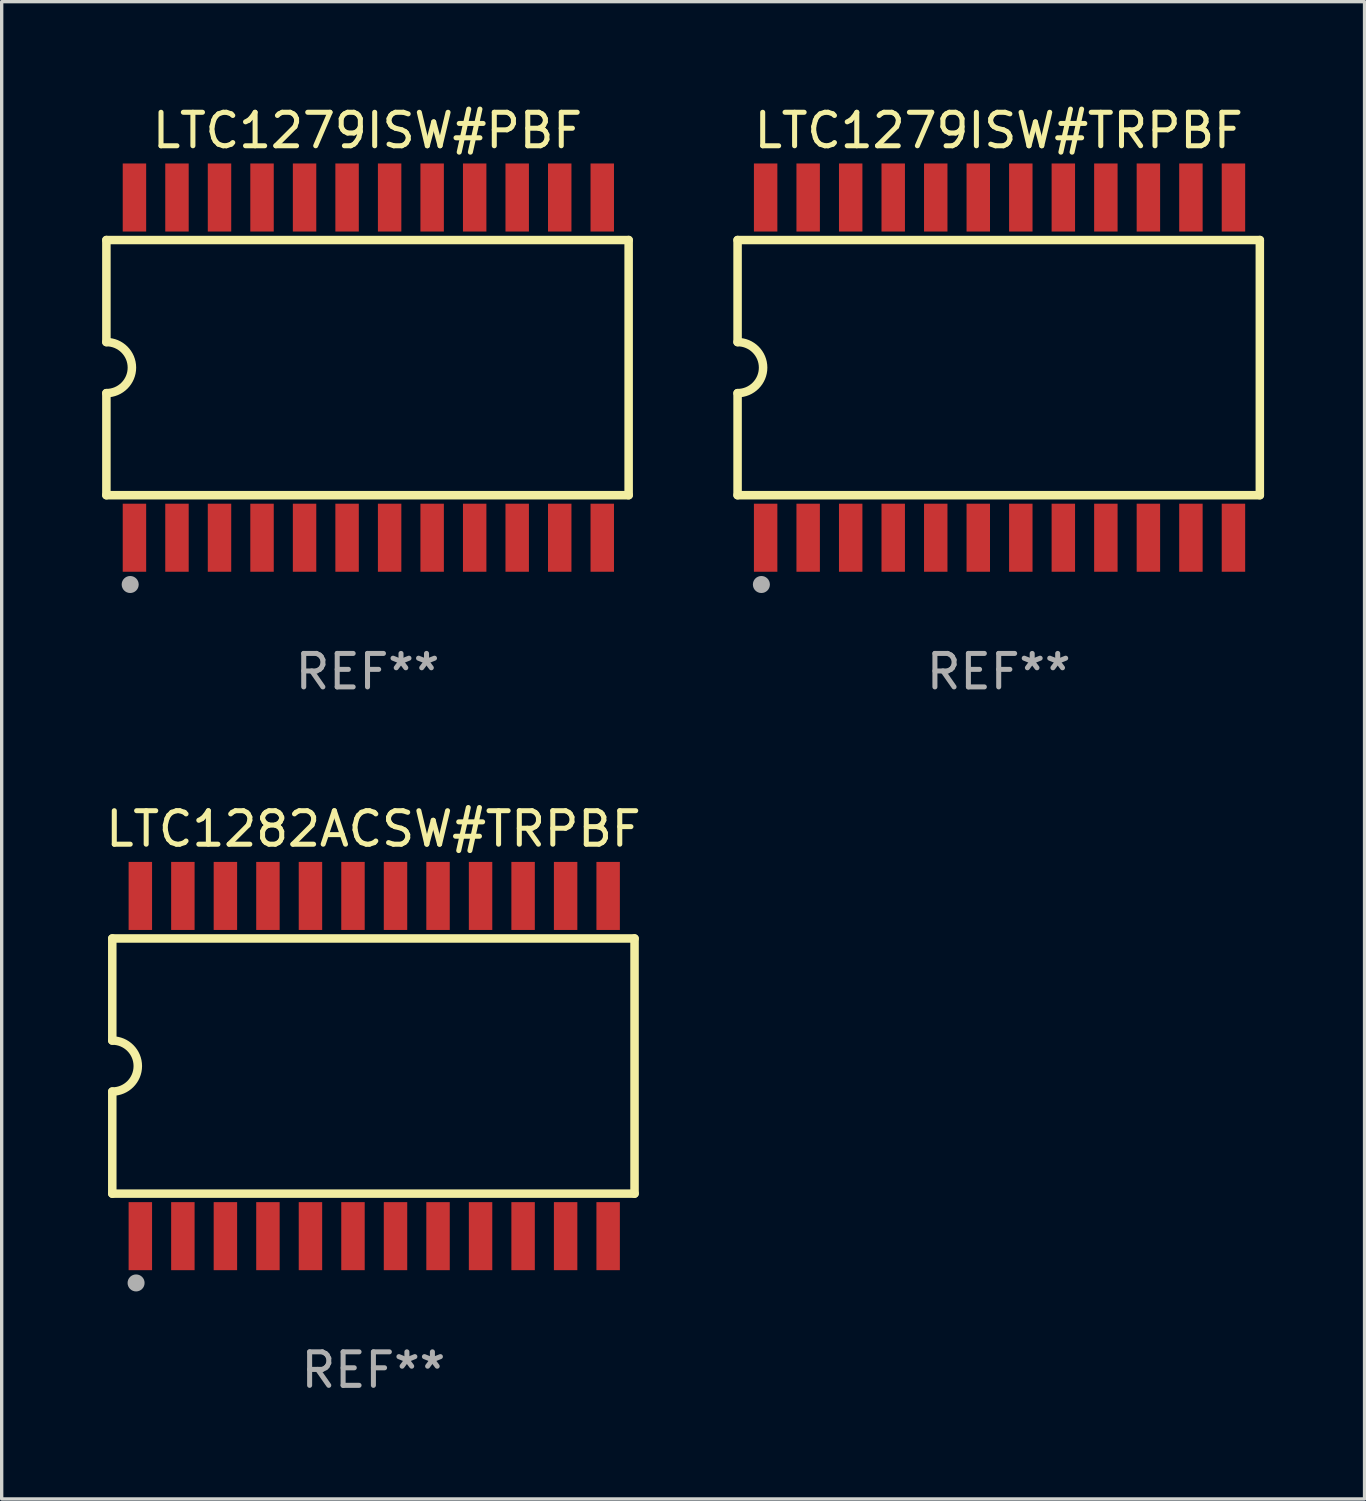
<source format=kicad_pcb>
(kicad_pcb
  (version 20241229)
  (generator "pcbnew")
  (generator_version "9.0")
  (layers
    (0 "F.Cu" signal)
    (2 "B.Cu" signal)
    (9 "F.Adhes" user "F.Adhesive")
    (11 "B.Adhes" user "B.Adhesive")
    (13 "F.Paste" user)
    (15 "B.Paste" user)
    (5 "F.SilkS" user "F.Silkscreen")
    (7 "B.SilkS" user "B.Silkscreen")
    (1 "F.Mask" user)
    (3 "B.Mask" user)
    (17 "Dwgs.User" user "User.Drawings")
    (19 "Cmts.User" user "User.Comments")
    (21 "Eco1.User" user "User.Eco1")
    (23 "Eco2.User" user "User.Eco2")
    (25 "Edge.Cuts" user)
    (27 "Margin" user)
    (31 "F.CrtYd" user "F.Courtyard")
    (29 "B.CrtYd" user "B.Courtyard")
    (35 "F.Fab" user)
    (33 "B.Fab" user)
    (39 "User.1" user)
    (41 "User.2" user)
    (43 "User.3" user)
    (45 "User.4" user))
  (footprint "LTC1279ISW#PBF"
    (layer "F.Cu")
    (at 7.925 7.928)
    (property "Reference" "LTC1279ISW#PBF" (at 0 -7.08 0) (layer "F.SilkS") (effects (font (size 1 1) (thickness 0.15))))
    (attr through_hole)
    (fp_line (start -7.798 -3.81) (end -7.798 -0.762) (stroke (width 0.254) (type solid)) (layer "F.SilkS"))
    (fp_line (start -7.798 3.81) (end -7.798 0.762) (stroke (width 0.254) (type solid)) (layer "F.SilkS"))
    (fp_line (start 7.798 -3.81) (end -7.798 -3.81) (stroke (width 0.254) (type solid)) (layer "F.SilkS"))
    (fp_line (start 7.798 3.81) (end -7.798 3.81) (stroke (width 0.254) (type solid)) (layer "F.SilkS"))
    (fp_line (start 7.798 3.81) (end 7.798 -3.81) (stroke (width 0.254) (type solid)) (layer "F.SilkS"))
    (fp_arc (start -7.797791 -0.762002) (mid -7.03579 -0.000001) (end -7.79779 0.762002) (stroke (width 0.254001) (type solid)) (layer "F.SilkS"))
    (fp_circle (center -7.825 3.75) (end -7.795 3.75) (stroke (width 0.06) (type solid)) (fill no) (layer "F.SilkS"))
    (fp_circle (center -7.087 6.477) (end -6.96 6.477) (stroke (width 0.254) (type solid)) (fill no) (layer "F.Fab"))
    (fp_text user "REF**" (at 0 9.08 0) (layer "F.Fab") (effects (font (size 1 1) (thickness 0.15))))
    (pad "1" smd rect (at -6.96 5.08 90) (size 2.032 0.7) (layers "F.Cu" "F.Mask" "F.Paste"))
    (pad "2" smd rect (at -5.69 5.08 90) (size 2.032 0.7) (layers "F.Cu" "F.Mask" "F.Paste"))
    (pad "3" smd rect (at -4.42 5.08 90) (size 2.032 0.7) (layers "F.Cu" "F.Mask" "F.Paste"))
    (pad "4" smd rect (at -3.15 5.08 90) (size 2.032 0.7) (layers "F.Cu" "F.Mask" "F.Paste"))
    (pad "5" smd rect (at -1.88 5.08 90) (size 2.032 0.7) (layers "F.Cu" "F.Mask" "F.Paste"))
    (pad "6" smd rect (at -0.61 5.08 90) (size 2.032 0.7) (layers "F.Cu" "F.Mask" "F.Paste"))
    (pad "7" smd rect (at 0.66 5.08 90) (size 2.032 0.7) (layers "F.Cu" "F.Mask" "F.Paste"))
    (pad "8" smd rect (at 1.93 5.08 90) (size 2.032 0.7) (layers "F.Cu" "F.Mask" "F.Paste"))
    (pad "9" smd rect (at 3.2 5.08 90) (size 2.032 0.7) (layers "F.Cu" "F.Mask" "F.Paste"))
    (pad "10" smd rect (at 4.47 5.08 90) (size 2.032 0.7) (layers "F.Cu" "F.Mask" "F.Paste"))
    (pad "11" smd rect (at 5.74 5.08 90) (size 2.032 0.7) (layers "F.Cu" "F.Mask" "F.Paste"))
    (pad "12" smd rect (at 7.01 5.08 90) (size 2.032 0.7) (layers "F.Cu" "F.Mask" "F.Paste"))
    (pad "13" smd rect (at 7.01 -5.08 90) (size 2.032 0.7) (layers "F.Cu" "F.Mask" "F.Paste"))
    (pad "14" smd rect (at 5.74 -5.08 90) (size 2.032 0.7) (layers "F.Cu" "F.Mask" "F.Paste"))
    (pad "15" smd rect (at 4.47 -5.08 90) (size 2.032 0.7) (layers "F.Cu" "F.Mask" "F.Paste"))
    (pad "16" smd rect (at 3.2 -5.08 90) (size 2.032 0.7) (layers "F.Cu" "F.Mask" "F.Paste"))
    (pad "17" smd rect (at 1.93 -5.08 90) (size 2.032 0.7) (layers "F.Cu" "F.Mask" "F.Paste"))
    (pad "18" smd rect (at 0.66 -5.08 90) (size 2.032 0.7) (layers "F.Cu" "F.Mask" "F.Paste"))
    (pad "19" smd rect (at -0.61 -5.08 90) (size 2.032 0.7) (layers "F.Cu" "F.Mask" "F.Paste"))
    (pad "20" smd rect (at -1.88 -5.08 90) (size 2.032 0.7) (layers "F.Cu" "F.Mask" "F.Paste"))
    (pad "21" smd rect (at -3.15 -5.08 90) (size 2.032 0.7) (layers "F.Cu" "F.Mask" "F.Paste"))
    (pad "22" smd rect (at -4.42 -5.08 90) (size 2.032 0.7) (layers "F.Cu" "F.Mask" "F.Paste"))
    (pad "23" smd rect (at -5.69 -5.08 90) (size 2.032 0.7) (layers "F.Cu" "F.Mask" "F.Paste"))
    (pad "24" smd rect (at -6.96 -5.08 90) (size 2.032 0.7) (layers "F.Cu" "F.Mask" "F.Paste")))
  (footprint "LTC1279ISW#TRPBF"
    (layer "F.Cu")
    (at 26.774 7.928)
    (property "Reference" "LTC1279ISW#TRPBF" (at 0 -7.08 0) (layer "F.SilkS") (effects (font (size 1 1) (thickness 0.15))))
    (attr through_hole)
    (fp_line (start -7.798 -3.81) (end -7.798 -0.762) (stroke (width 0.254) (type solid)) (layer "F.SilkS"))
    (fp_line (start -7.798 3.81) (end -7.798 0.762) (stroke (width 0.254) (type solid)) (layer "F.SilkS"))
    (fp_line (start 7.798 -3.81) (end -7.798 -3.81) (stroke (width 0.254) (type solid)) (layer "F.SilkS"))
    (fp_line (start 7.798 3.81) (end -7.798 3.81) (stroke (width 0.254) (type solid)) (layer "F.SilkS"))
    (fp_line (start 7.798 3.81) (end 7.798 -3.81) (stroke (width 0.254) (type solid)) (layer "F.SilkS"))
    (fp_arc (start -7.797791 -0.762002) (mid -7.03579 -0.000001) (end -7.79779 0.762002) (stroke (width 0.254001) (type solid)) (layer "F.SilkS"))
    (fp_circle (center -7.825 3.75) (end -7.795 3.75) (stroke (width 0.06) (type solid)) (fill no) (layer "F.SilkS"))
    (fp_circle (center -7.087 6.477) (end -6.96 6.477) (stroke (width 0.254) (type solid)) (fill no) (layer "F.Fab"))
    (fp_text user "REF**" (at 0 9.08 0) (layer "F.Fab") (effects (font (size 1 1) (thickness 0.15))))
    (pad "1" smd rect (at -6.96 5.08 90) (size 2.032 0.7) (layers "F.Cu" "F.Mask" "F.Paste"))
    (pad "2" smd rect (at -5.69 5.08 90) (size 2.032 0.7) (layers "F.Cu" "F.Mask" "F.Paste"))
    (pad "3" smd rect (at -4.42 5.08 90) (size 2.032 0.7) (layers "F.Cu" "F.Mask" "F.Paste"))
    (pad "4" smd rect (at -3.15 5.08 90) (size 2.032 0.7) (layers "F.Cu" "F.Mask" "F.Paste"))
    (pad "5" smd rect (at -1.88 5.08 90) (size 2.032 0.7) (layers "F.Cu" "F.Mask" "F.Paste"))
    (pad "6" smd rect (at -0.61 5.08 90) (size 2.032 0.7) (layers "F.Cu" "F.Mask" "F.Paste"))
    (pad "7" smd rect (at 0.66 5.08 90) (size 2.032 0.7) (layers "F.Cu" "F.Mask" "F.Paste"))
    (pad "8" smd rect (at 1.93 5.08 90) (size 2.032 0.7) (layers "F.Cu" "F.Mask" "F.Paste"))
    (pad "9" smd rect (at 3.2 5.08 90) (size 2.032 0.7) (layers "F.Cu" "F.Mask" "F.Paste"))
    (pad "10" smd rect (at 4.47 5.08 90) (size 2.032 0.7) (layers "F.Cu" "F.Mask" "F.Paste"))
    (pad "11" smd rect (at 5.74 5.08 90) (size 2.032 0.7) (layers "F.Cu" "F.Mask" "F.Paste"))
    (pad "12" smd rect (at 7.01 5.08 90) (size 2.032 0.7) (layers "F.Cu" "F.Mask" "F.Paste"))
    (pad "13" smd rect (at 7.01 -5.08 90) (size 2.032 0.7) (layers "F.Cu" "F.Mask" "F.Paste"))
    (pad "14" smd rect (at 5.74 -5.08 90) (size 2.032 0.7) (layers "F.Cu" "F.Mask" "F.Paste"))
    (pad "15" smd rect (at 4.47 -5.08 90) (size 2.032 0.7) (layers "F.Cu" "F.Mask" "F.Paste"))
    (pad "16" smd rect (at 3.2 -5.08 90) (size 2.032 0.7) (layers "F.Cu" "F.Mask" "F.Paste"))
    (pad "17" smd rect (at 1.93 -5.08 90) (size 2.032 0.7) (layers "F.Cu" "F.Mask" "F.Paste"))
    (pad "18" smd rect (at 0.66 -5.08 90) (size 2.032 0.7) (layers "F.Cu" "F.Mask" "F.Paste"))
    (pad "19" smd rect (at -0.61 -5.08 90) (size 2.032 0.7) (layers "F.Cu" "F.Mask" "F.Paste"))
    (pad "20" smd rect (at -1.88 -5.08 90) (size 2.032 0.7) (layers "F.Cu" "F.Mask" "F.Paste"))
    (pad "21" smd rect (at -3.15 -5.08 90) (size 2.032 0.7) (layers "F.Cu" "F.Mask" "F.Paste"))
    (pad "22" smd rect (at -4.42 -5.08 90) (size 2.032 0.7) (layers "F.Cu" "F.Mask" "F.Paste"))
    (pad "23" smd rect (at -5.69 -5.08 90) (size 2.032 0.7) (layers "F.Cu" "F.Mask" "F.Paste"))
    (pad "24" smd rect (at -6.96 -5.08 90) (size 2.032 0.7) (layers "F.Cu" "F.Mask" "F.Paste")))
  (footprint "LTC1282ACSW#TRPBF"
    (layer "F.Cu")
    (at 8.101 28.785)
    (property "Reference" "LTC1282ACSW#TRPBF" (at 0 -7.08 0) (layer "F.SilkS") (effects (font (size 1 1) (thickness 0.15))))
    (attr through_hole)
    (fp_line (start -7.798 -3.81) (end -7.798 -0.762) (stroke (width 0.254) (type solid)) (layer "F.SilkS"))
    (fp_line (start -7.798 3.81) (end -7.798 0.762) (stroke (width 0.254) (type solid)) (layer "F.SilkS"))
    (fp_line (start 7.798 -3.81) (end -7.798 -3.81) (stroke (width 0.254) (type solid)) (layer "F.SilkS"))
    (fp_line (start 7.798 3.81) (end -7.798 3.81) (stroke (width 0.254) (type solid)) (layer "F.SilkS"))
    (fp_line (start 7.798 3.81) (end 7.798 -3.81) (stroke (width 0.254) (type solid)) (layer "F.SilkS"))
    (fp_arc (start -7.797791 -0.762002) (mid -7.03579 -0.000001) (end -7.79779 0.762002) (stroke (width 0.254001) (type solid)) (layer "F.SilkS"))
    (fp_circle (center -7.825 3.75) (end -7.795 3.75) (stroke (width 0.06) (type solid)) (fill no) (layer "F.SilkS"))
    (fp_circle (center -7.087 6.477) (end -6.96 6.477) (stroke (width 0.254) (type solid)) (fill no) (layer "F.Fab"))
    (fp_text user "REF**" (at 0 9.08 0) (layer "F.Fab") (effects (font (size 1 1) (thickness 0.15))))
    (pad "1" smd rect (at -6.96 5.08 90) (size 2.032 0.7) (layers "F.Cu" "F.Mask" "F.Paste"))
    (pad "2" smd rect (at -5.69 5.08 90) (size 2.032 0.7) (layers "F.Cu" "F.Mask" "F.Paste"))
    (pad "3" smd rect (at -4.42 5.08 90) (size 2.032 0.7) (layers "F.Cu" "F.Mask" "F.Paste"))
    (pad "4" smd rect (at -3.15 5.08 90) (size 2.032 0.7) (layers "F.Cu" "F.Mask" "F.Paste"))
    (pad "5" smd rect (at -1.88 5.08 90) (size 2.032 0.7) (layers "F.Cu" "F.Mask" "F.Paste"))
    (pad "6" smd rect (at -0.61 5.08 90) (size 2.032 0.7) (layers "F.Cu" "F.Mask" "F.Paste"))
    (pad "7" smd rect (at 0.66 5.08 90) (size 2.032 0.7) (layers "F.Cu" "F.Mask" "F.Paste"))
    (pad "8" smd rect (at 1.93 5.08 90) (size 2.032 0.7) (layers "F.Cu" "F.Mask" "F.Paste"))
    (pad "9" smd rect (at 3.2 5.08 90) (size 2.032 0.7) (layers "F.Cu" "F.Mask" "F.Paste"))
    (pad "10" smd rect (at 4.47 5.08 90) (size 2.032 0.7) (layers "F.Cu" "F.Mask" "F.Paste"))
    (pad "11" smd rect (at 5.74 5.08 90) (size 2.032 0.7) (layers "F.Cu" "F.Mask" "F.Paste"))
    (pad "12" smd rect (at 7.01 5.08 90) (size 2.032 0.7) (layers "F.Cu" "F.Mask" "F.Paste"))
    (pad "13" smd rect (at 7.01 -5.08 90) (size 2.032 0.7) (layers "F.Cu" "F.Mask" "F.Paste"))
    (pad "14" smd rect (at 5.74 -5.08 90) (size 2.032 0.7) (layers "F.Cu" "F.Mask" "F.Paste"))
    (pad "15" smd rect (at 4.47 -5.08 90) (size 2.032 0.7) (layers "F.Cu" "F.Mask" "F.Paste"))
    (pad "16" smd rect (at 3.2 -5.08 90) (size 2.032 0.7) (layers "F.Cu" "F.Mask" "F.Paste"))
    (pad "17" smd rect (at 1.93 -5.08 90) (size 2.032 0.7) (layers "F.Cu" "F.Mask" "F.Paste"))
    (pad "18" smd rect (at 0.66 -5.08 90) (size 2.032 0.7) (layers "F.Cu" "F.Mask" "F.Paste"))
    (pad "19" smd rect (at -0.61 -5.08 90) (size 2.032 0.7) (layers "F.Cu" "F.Mask" "F.Paste"))
    (pad "20" smd rect (at -1.88 -5.08 90) (size 2.032 0.7) (layers "F.Cu" "F.Mask" "F.Paste"))
    (pad "21" smd rect (at -3.15 -5.08 90) (size 2.032 0.7) (layers "F.Cu" "F.Mask" "F.Paste"))
    (pad "22" smd rect (at -4.42 -5.08 90) (size 2.032 0.7) (layers "F.Cu" "F.Mask" "F.Paste"))
    (pad "23" smd rect (at -5.69 -5.08 90) (size 2.032 0.7) (layers "F.Cu" "F.Mask" "F.Paste"))
    (pad "24" smd rect (at -6.96 -5.08 90) (size 2.032 0.7) (layers "F.Cu" "F.Mask" "F.Paste")))
  (gr_rect
    (start -3 -3)
    (end 37.699 41.713)
    (stroke (width 0.1) (type default))
    (fill no)
    (layer "Edge.Cuts")))
</source>
